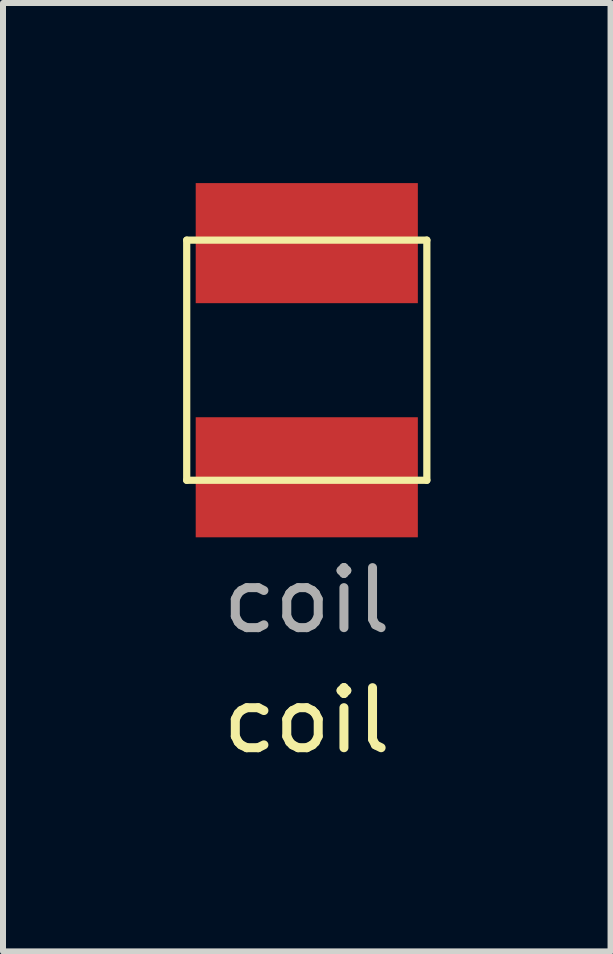
<source format=kicad_pcb>
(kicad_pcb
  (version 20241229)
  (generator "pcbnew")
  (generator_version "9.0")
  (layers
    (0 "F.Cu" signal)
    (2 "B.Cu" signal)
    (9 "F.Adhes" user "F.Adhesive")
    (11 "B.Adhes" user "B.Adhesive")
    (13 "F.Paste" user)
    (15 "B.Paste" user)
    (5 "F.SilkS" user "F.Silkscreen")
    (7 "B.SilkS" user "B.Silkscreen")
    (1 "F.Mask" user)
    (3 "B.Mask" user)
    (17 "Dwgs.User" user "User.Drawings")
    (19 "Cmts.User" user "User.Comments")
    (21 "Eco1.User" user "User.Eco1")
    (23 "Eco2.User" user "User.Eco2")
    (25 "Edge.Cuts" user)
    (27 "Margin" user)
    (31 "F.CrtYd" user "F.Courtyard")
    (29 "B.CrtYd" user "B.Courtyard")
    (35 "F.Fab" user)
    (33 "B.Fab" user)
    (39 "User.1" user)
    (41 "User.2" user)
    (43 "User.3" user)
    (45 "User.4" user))
  (footprint "coil"
    (layer "F.Cu")
    (at 2.06 2.95)
    (property "Reference" "coil" (at 0 6 0) (unlocked yes) (layer "F.SilkS") (effects (font (size 1 1) (thickness 0.15))))
    (attr smd)
    (fp_line (start -2 -2) (end 2 -2) (stroke (width 0.12) (type solid)) (layer "F.SilkS"))
    (fp_line (start -2 2) (end -2 -2) (stroke (width 0.12) (type solid)) (layer "F.SilkS"))
    (fp_line (start 2 -2) (end 2 2) (stroke (width 0.12) (type solid)) (layer "F.SilkS"))
    (fp_line (start 2 2) (end -2 2) (stroke (width 0.12) (type solid)) (layer "F.SilkS"))
    (fp_text user "${REFERENCE}" (at 0 4 0) (unlocked yes) (layer "F.Fab") (effects (font (size 1 1) (thickness 0.15))))
    (pad "1" smd rect (at 0 1.95) (size 3.7 2) (layers "F.Cu" "F.Mask" "F.Paste"))
    (pad "2" smd rect (at 0 -1.95) (size 3.7 2) (layers "F.Cu" "F.Mask" "F.Paste")))
  (gr_rect
    (start -3 -3)
    (end 7.12 12.798)
    (stroke (width 0.1) (type default))
    (fill no)
    (layer "Edge.Cuts")))
</source>
